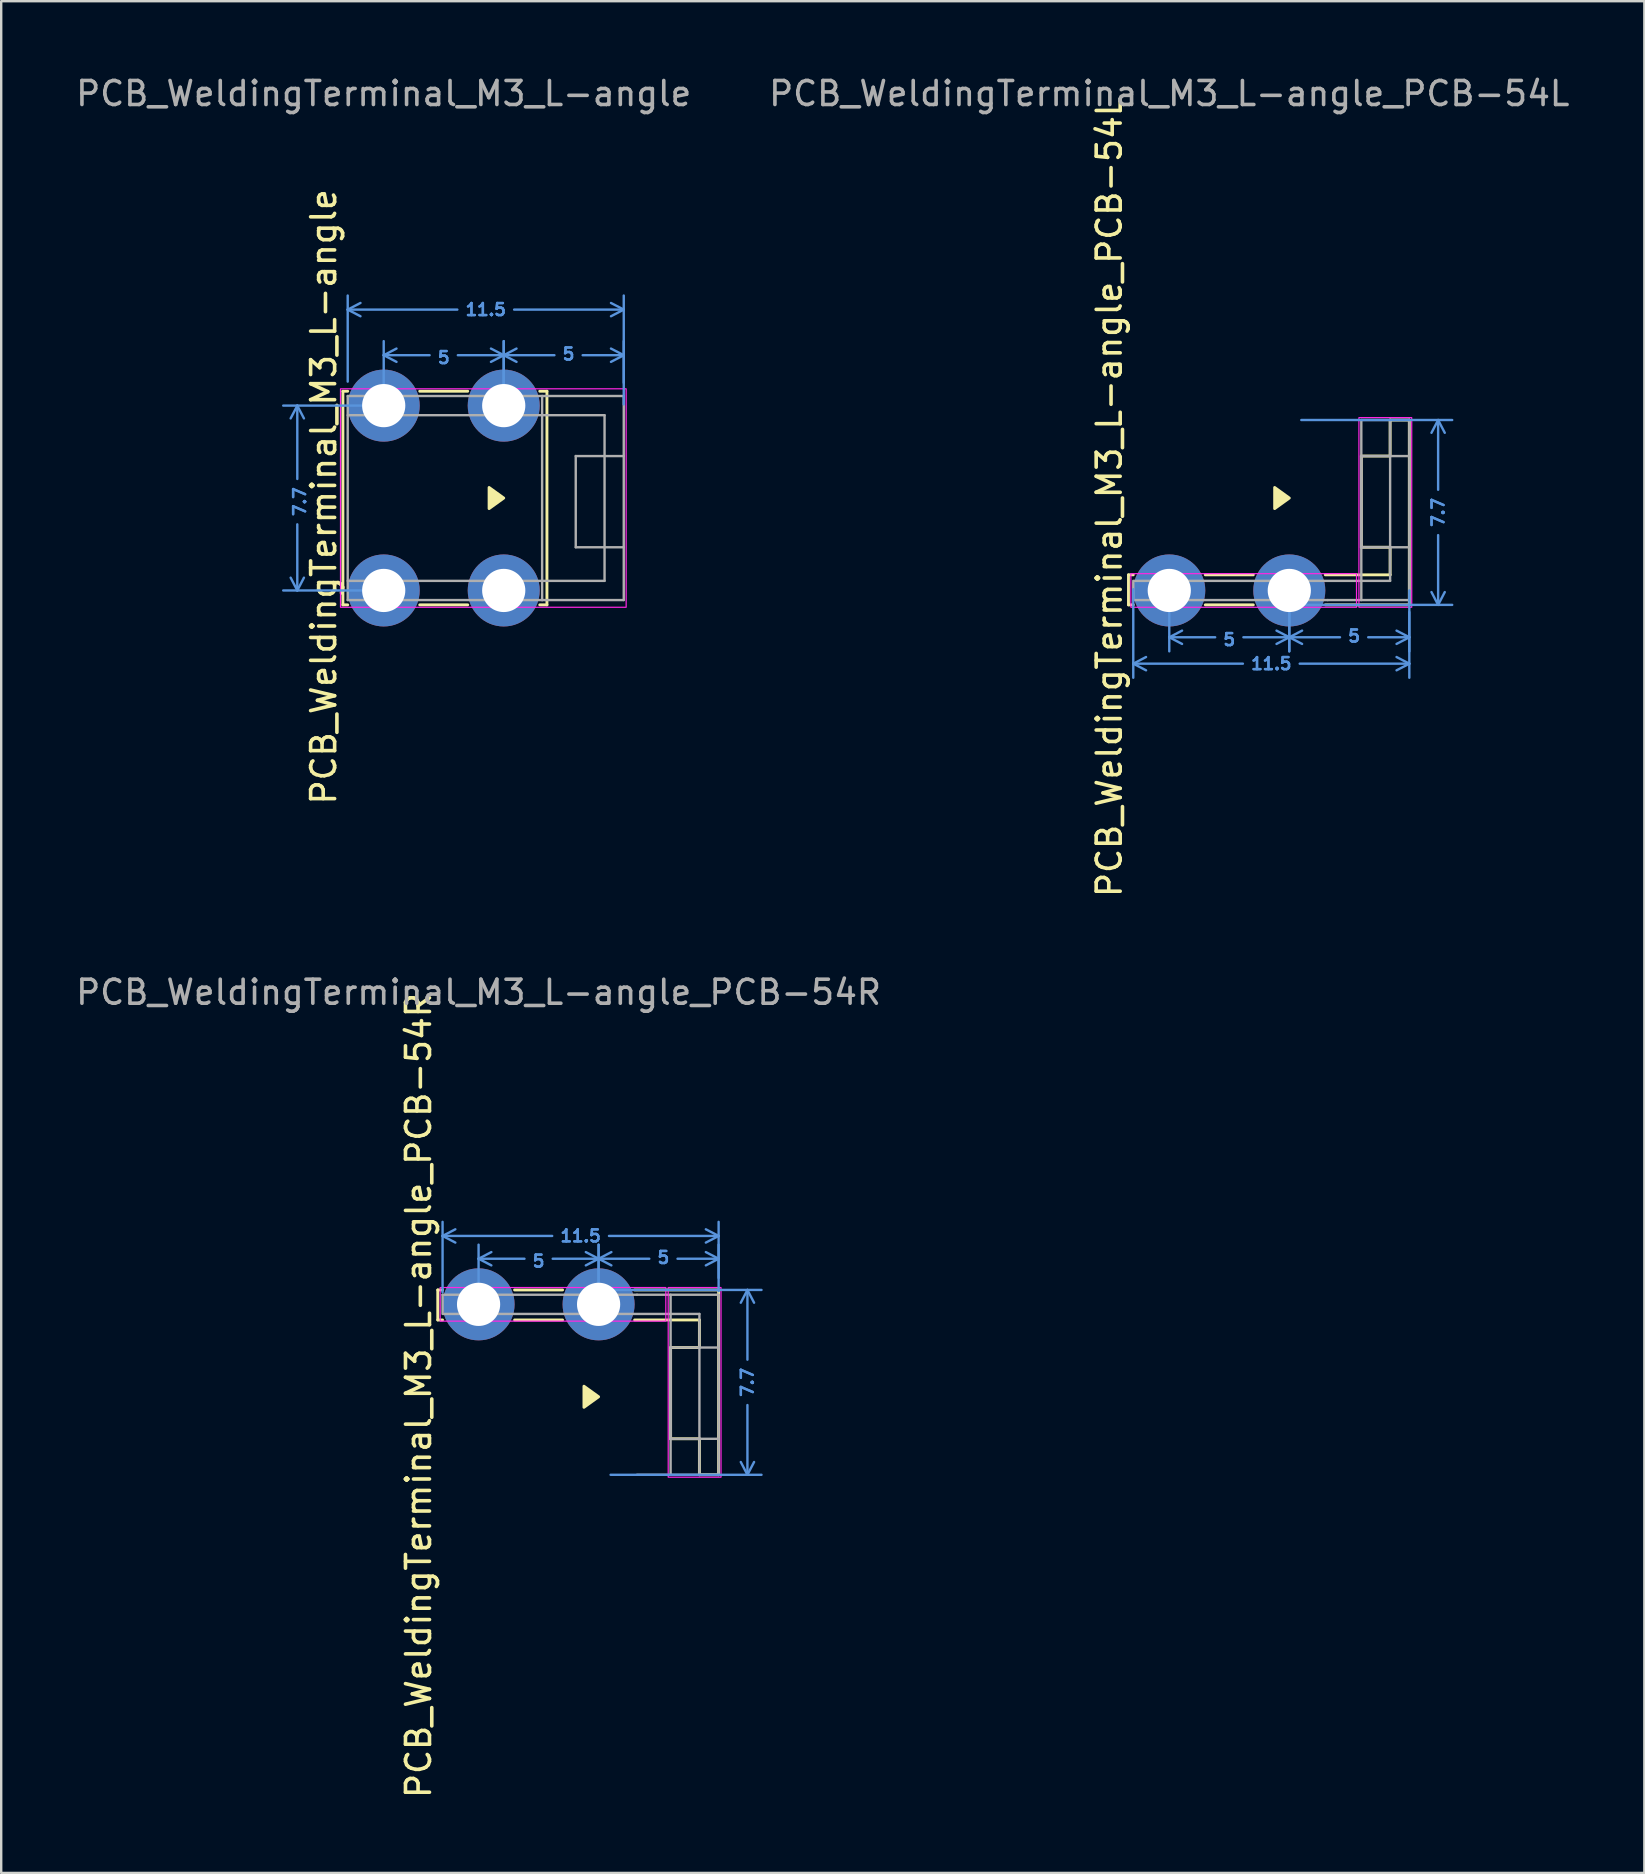
<source format=kicad_pcb>
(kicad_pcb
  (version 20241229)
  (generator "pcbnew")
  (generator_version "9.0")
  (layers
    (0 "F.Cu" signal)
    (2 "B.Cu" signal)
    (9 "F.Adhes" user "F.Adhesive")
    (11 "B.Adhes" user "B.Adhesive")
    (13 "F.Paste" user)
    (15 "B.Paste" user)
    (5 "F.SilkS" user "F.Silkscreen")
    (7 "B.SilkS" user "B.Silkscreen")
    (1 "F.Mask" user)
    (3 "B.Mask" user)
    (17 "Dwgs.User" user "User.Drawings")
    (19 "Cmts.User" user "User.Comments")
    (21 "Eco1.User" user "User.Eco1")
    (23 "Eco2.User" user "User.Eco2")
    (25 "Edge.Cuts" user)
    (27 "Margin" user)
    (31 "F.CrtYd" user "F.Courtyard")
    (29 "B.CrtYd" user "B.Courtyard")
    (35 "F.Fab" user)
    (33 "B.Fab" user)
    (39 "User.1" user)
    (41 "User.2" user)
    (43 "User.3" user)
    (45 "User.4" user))
  (footprint "PCB_WeldingTerminal_M3_L-angle_PCB-54L"
    (layer "F.Cu")
    (at 50.661 17.698)
    (property "Reference" "PCB_WeldingTerminal_M3_L-angle_PCB-54L" (at -7.5 -0.05 90) (layer "F.SilkS") (effects (font (size 1 1) (thickness 0.15))))
    (attr through_hole)
    (fp_line (start -6.7 3.2) (end -6.7 4.45) (stroke (width 0.12) (type solid)) (layer "F.SilkS"))
    (fp_line (start -6.5 3.2) (end -6.7 3.2) (stroke (width 0.12) (type solid)) (layer "F.SilkS"))
    (fp_line (start -6.5 4.45) (end -6.7 4.45) (stroke (width 0.12) (type solid)) (layer "F.SilkS"))
    (fp_line (start -1.5 3.2) (end -3.5 3.2) (stroke (width 0.12) (type solid)) (layer "F.SilkS"))
    (fp_line (start -1.5 4.45) (end -3.5 4.45) (stroke (width 0.12) (type solid)) (layer "F.SilkS"))
    (fp_line (start 3 -1.75) (end 3 2.05) (stroke (width 0.12) (type solid)) (layer "F.SilkS"))
    (fp_line (start 3 -1.75) (end 4.2 -1.75) (stroke (width 0.12) (type solid)) (layer "F.SilkS"))
    (fp_line (start 3 2.05) (end 4.2 2.05) (stroke (width 0.12) (type solid)) (layer "F.SilkS"))
    (fp_line (start 4.2 -3.25) (end 4.2 -1.75) (stroke (width 0.12) (type solid)) (layer "F.SilkS"))
    (fp_line (start 4.2 2.05) (end 4.2 3.2) (stroke (width 0.12) (type solid)) (layer "F.SilkS"))
    (fp_line (start 4.2 3.2) (end 1.5 3.2) (stroke (width 0.12) (type solid)) (layer "F.SilkS"))
    (fp_line (start 5 -3.25) (end 4.2 -3.25) (stroke (width 0.12) (type solid)) (layer "F.SilkS"))
    (fp_line (start 5 -3.25) (end 5 4.45) (stroke (width 0.12) (type solid)) (layer "F.SilkS"))
    (fp_line (start 5 4.45) (end 1.5 4.45) (stroke (width 0.12) (type solid)) (layer "F.SilkS"))
    (fp_poly (pts (xy 0 0) (xy -0.61 0.44) (xy -0.61 -0.44)) (stroke (width 0.12) (type solid)) (fill yes) (layer "F.SilkS"))
    (fp_rect (start -6.6 3.15) (end 2.8 4.55) (stroke (width 0.05) (type default)) (fill no) (layer "F.CrtYd"))
    (fp_rect (start 2.9 -3.35) (end 5.1 4.55) (stroke (width 0.05) (type default)) (fill no) (layer "F.CrtYd"))
    (fp_line (start -6.5 3.45) (end 4.2 3.45) (stroke (width 0.1) (type solid)) (layer "F.Fab"))
    (fp_line (start -6.5 4.25) (end -6.5 3.5) (stroke (width 0.1) (type solid)) (layer "F.Fab"))
    (fp_line (start -6.5 4.25) (end 1.6 4.25) (stroke (width 0.1) (type solid)) (layer "F.Fab"))
    (fp_line (start 1.6 4.25) (end 5 4.25) (stroke (width 0.1) (type solid)) (layer "F.Fab"))
    (fp_line (start 3 -3.25) (end 5 -3.25) (stroke (width 0.1) (type solid)) (layer "F.Fab"))
    (fp_line (start 3 -1.75) (end 5 -1.75) (stroke (width 0.1) (type solid)) (layer "F.Fab"))
    (fp_line (start 3 2.05) (end 3 -1.75) (stroke (width 0.1) (type solid)) (layer "F.Fab"))
    (fp_line (start 3 2.05) (end 5 2.05) (stroke (width 0.1) (type solid)) (layer "F.Fab"))
    (fp_line (start 3 4.25) (end 3 -3.25) (stroke (width 0.1) (type solid)) (layer "F.Fab"))
    (fp_line (start 4.2 -3.25) (end 4.2 3.45) (stroke (width 0.1) (type solid)) (layer "F.Fab"))
    (fp_line (start 5 4.25) (end 5 -3.25) (stroke (width 0.1) (type solid)) (layer "F.Fab"))
    (fp_text user "${REFERENCE}" (at -5 -16.85 0) (layer "F.Fab") (effects (font (size 1 1) (thickness 0.15))))
    (dimension (type orthogonal) (layer "Cmts.User") (pts (xy 50.661 14.448) (xy 50.661 22.148)) (height 6.2) (orientation 1) (format (prefix "") (suffix "") (units 3) (units_format 0) (precision 4) (suppress_zeroes yes)) (style (thickness 0.1) (arrow_length 0.6) (text_position_mode 2) (arrow_direction outward) (extension_height 0.586) (extension_offset 0.5) (keep_text_aligned yes)) (gr_text "7.7" (at 56.861 18.298 90) (layer "Cmts.User") (effects (font (size 0.5 0.5) (thickness 0.1) (bold yes)))))
    (dimension (type orthogonal) (layer "Cmts.User") (pts (xy 55.661 21.048) (xy 44.161 20.998)) (height 3.55) (orientation 0) (format (prefix "") (suffix "") (units 3) (units_format 0) (precision 4) (suppress_zeroes yes)) (style (thickness 0.1) (arrow_length 0.6) (text_position_mode 2) (arrow_direction outward) (extension_height 0.586) (extension_offset 0.5) (keep_text_aligned yes)) (gr_text "11.5" (at 49.911 24.598 0) (layer "Cmts.User") (effects (font (size 0.5 0.5) (thickness 0.1) (bold yes)))))
    (dimension (type orthogonal) (layer "Cmts.User") (pts (xy 45.661 21.498) (xy 50.661 21.498)) (height 2) (orientation 0) (format (prefix "") (suffix "") (units 3) (units_format 0) (precision 4) (suppress_zeroes yes)) (style (thickness 0.1) (arrow_length 0.6) (text_position_mode 2) (arrow_direction outward) (extension_height 0.586) (extension_offset 0.5) (keep_text_aligned yes)) (gr_text "5" (at 48.161 23.598 0) (layer "Cmts.User") (effects (font (size 0.5 0.5) (thickness 0.1)))))
    (dimension (type orthogonal) (layer "Cmts.User") (pts (xy 55.661 21.948) (xy 50.661 21.498)) (height 1.55) (orientation 0) (format (prefix "") (suffix "") (units 3) (units_format 0) (precision 4) (suppress_zeroes yes)) (style (thickness 0.1) (arrow_length 0.6) (text_position_mode 2) (arrow_direction outward) (extension_height 0.586) (extension_offset 0.5) (keep_text_aligned yes)) (gr_text "5" (at 53.361 23.448 0) (layer "Cmts.User") (effects (font (size 0.5 0.5) (thickness 0.1) (bold yes)))))
    (pad "1" thru_hole circle (at -5 3.85) (size 3 3) (drill 1.8) (layers "*.Cu" "*.Mask"))
    (pad "1" thru_hole circle (at 0 3.85) (size 3 3) (drill 1.8) (layers "*.Cu" "*.Mask")))
  (footprint "PCB_WeldingTerminal_M3_L-angle_PCB-54R"
    (layer "F.Cu")
    (at 21.887 55.138)
    (property "Reference" "PCB_WeldingTerminal_M3_L-angle_PCB-54R" (at -7.5 -0.05 90) (layer "F.SilkS") (effects (font (size 1 1) (thickness 0.15))))
    (attr through_hole)
    (fp_line (start -6.7 -3.2) (end -6.7 -4.45) (stroke (width 0.12) (type solid)) (layer "F.SilkS"))
    (fp_line (start -6.5 -4.45) (end -6.7 -4.45) (stroke (width 0.12) (type solid)) (layer "F.SilkS"))
    (fp_line (start -6.5 -3.2) (end -6.7 -3.2) (stroke (width 0.12) (type solid)) (layer "F.SilkS"))
    (fp_line (start -1.5 -4.45) (end -3.5 -4.45) (stroke (width 0.12) (type solid)) (layer "F.SilkS"))
    (fp_line (start -1.5 -3.2) (end -3.5 -3.2) (stroke (width 0.12) (type solid)) (layer "F.SilkS"))
    (fp_line (start 3 -2.05) (end 4.2 -2.05) (stroke (width 0.12) (type solid)) (layer "F.SilkS"))
    (fp_line (start 3 1.75) (end 3 -2.05) (stroke (width 0.12) (type solid)) (layer "F.SilkS"))
    (fp_line (start 3 1.75) (end 4.2 1.75) (stroke (width 0.12) (type solid)) (layer "F.SilkS"))
    (fp_line (start 4.2 -3.2) (end 1.5 -3.2) (stroke (width 0.12) (type solid)) (layer "F.SilkS"))
    (fp_line (start 4.2 -2.05) (end 4.2 -3.2) (stroke (width 0.12) (type solid)) (layer "F.SilkS"))
    (fp_line (start 4.2 3.25) (end 4.2 1.75) (stroke (width 0.12) (type solid)) (layer "F.SilkS"))
    (fp_line (start 5 -4.45) (end 1.5 -4.45) (stroke (width 0.12) (type solid)) (layer "F.SilkS"))
    (fp_line (start 5 3.25) (end 4.2 3.25) (stroke (width 0.12) (type solid)) (layer "F.SilkS"))
    (fp_line (start 5 3.25) (end 5 -4.45) (stroke (width 0.12) (type solid)) (layer "F.SilkS"))
    (fp_poly (pts (xy 0 0) (xy -0.61 -0.44) (xy -0.61 0.44)) (stroke (width 0.12) (type solid)) (fill yes) (layer "F.SilkS"))
    (fp_rect (start -6.6 -3.15) (end 2.8 -4.55) (stroke (width 0.05) (type default)) (fill no) (layer "F.CrtYd"))
    (fp_rect (start 2.9 3.35) (end 5.1 -4.55) (stroke (width 0.05) (type default)) (fill no) (layer "F.CrtYd"))
    (fp_line (start -6.5 -4.25) (end -6.5 -3.5) (stroke (width 0.1) (type solid)) (layer "F.Fab"))
    (fp_line (start -6.5 -4.25) (end 1.6 -4.25) (stroke (width 0.1) (type solid)) (layer "F.Fab"))
    (fp_line (start -6.5 -3.45) (end 4.2 -3.45) (stroke (width 0.1) (type solid)) (layer "F.Fab"))
    (fp_line (start 1.6 -4.25) (end 5 -4.25) (stroke (width 0.1) (type solid)) (layer "F.Fab"))
    (fp_line (start 1.6 3.25) (end 5 3.25) (stroke (width 0.1) (type solid)) (layer "F.Fab"))
    (fp_line (start 3 -4.25) (end 3 3.25) (stroke (width 0.1) (type solid)) (layer "F.Fab"))
    (fp_line (start 3 -2.05) (end 3 1.75) (stroke (width 0.1) (type solid)) (layer "F.Fab"))
    (fp_line (start 3 -2.05) (end 5 -2.05) (stroke (width 0.1) (type solid)) (layer "F.Fab"))
    (fp_line (start 3 1.75) (end 5 1.75) (stroke (width 0.1) (type solid)) (layer "F.Fab"))
    (fp_line (start 4.2 3.25) (end 4.2 -3.45) (stroke (width 0.1) (type solid)) (layer "F.Fab"))
    (fp_line (start 5 -4.25) (end 5 3.25) (stroke (width 0.1) (type solid)) (layer "F.Fab"))
    (fp_text user "${REFERENCE}" (at -5 -16.85 0) (layer "F.Fab") (effects (font (size 1 1) (thickness 0.15))))
    (dimension (type orthogonal) (layer "Cmts.User") (pts (xy 16.887 51.288) (xy 21.887 51.288)) (height -1.9) (orientation 0) (format (prefix "") (suffix "") (units 3) (units_format 0) (precision 4) (suppress_zeroes yes)) (style (thickness 0.1) (arrow_length 0.6) (text_position_mode 2) (arrow_direction outward) (extension_height 0.586) (extension_offset 0.5) (keep_text_aligned yes)) (gr_text "5" (at 19.387 49.488 0) (layer "Cmts.User") (effects (font (size 0.5 0.5) (thickness 0.1)))))
    (dimension (type orthogonal) (layer "Cmts.User") (pts (xy 21.887 50.688) (xy 21.887 58.388)) (height 6.2) (orientation 1) (format (prefix "") (suffix "") (units 3) (units_format 0) (precision 4) (suppress_zeroes yes)) (style (thickness 0.1) (arrow_length 0.6) (text_position_mode 2) (arrow_direction outward) (extension_height 0.586) (extension_offset 0.5) (keep_text_aligned yes)) (gr_text "7.7" (at 28.087 54.538 90) (layer "Cmts.User") (effects (font (size 0.5 0.5) (thickness 0.1) (bold yes)))))
    (dimension (type orthogonal) (layer "Cmts.User") (pts (xy 26.887 50.688) (xy 15.387 51.288)) (height -2.25) (orientation 0) (format (prefix "") (suffix "") (units 3) (units_format 0) (precision 4) (suppress_zeroes yes)) (style (thickness 0.1) (arrow_length 0.6) (text_position_mode 2) (arrow_direction outward) (extension_height 0.586) (extension_offset 0.5) (keep_text_aligned yes)) (gr_text "11.5" (at 21.137 48.438 0) (layer "Cmts.User") (effects (font (size 0.5 0.5) (thickness 0.1) (bold yes)))))
    (dimension (type orthogonal) (layer "Cmts.User") (pts (xy 26.887 51.238) (xy 21.887 51.288)) (height -1.85) (orientation 0) (format (prefix "") (suffix "") (units 3) (units_format 0) (precision 4) (suppress_zeroes yes)) (style (thickness 0.1) (arrow_length 0.6) (text_position_mode 2) (arrow_direction outward) (extension_height 0.586) (extension_offset 0.5) (keep_text_aligned yes)) (gr_text "5" (at 24.587 49.338 0) (layer "Cmts.User") (effects (font (size 0.5 0.5) (thickness 0.1) (bold yes)))))
    (pad "1" thru_hole circle (at -5 -3.85) (size 3 3) (drill 1.8) (layers "*.Cu" "*.Mask"))
    (pad "1" thru_hole circle (at 0 -3.85) (size 3 3) (drill 1.8) (layers "*.Cu" "*.Mask")))
  (footprint "PCB_WeldingTerminal_M3_L-angle"
    (layer "F.Cu")
    (at 17.935 17.698)
    (property "Reference" "PCB_WeldingTerminal_M3_L-angle" (at -7.5 -0.05 90) (layer "F.SilkS") (effects (font (size 1 1) (thickness 0.15))))
    (attr through_hole)
    (fp_line (start -6.7 -4.45) (end -6.7 4.45) (stroke (width 0.12) (type solid)) (layer "F.SilkS"))
    (fp_line (start -6.5 -4.45) (end -6.7 -4.45) (stroke (width 0.12) (type solid)) (layer "F.SilkS"))
    (fp_line (start -6.5 4.45) (end -6.7 4.45) (stroke (width 0.12) (type solid)) (layer "F.SilkS"))
    (fp_line (start -1.5 -4.45) (end -3.5 -4.45) (stroke (width 0.12) (type solid)) (layer "F.SilkS"))
    (fp_line (start -1.5 4.45) (end -3.5 4.45) (stroke (width 0.12) (type solid)) (layer "F.SilkS"))
    (fp_line (start 1.8 -4.45) (end 1.5 -4.45) (stroke (width 0.12) (type solid)) (layer "F.SilkS"))
    (fp_line (start 1.8 -4.45) (end 1.8 4.45) (stroke (width 0.12) (type solid)) (layer "F.SilkS"))
    (fp_line (start 1.8 4.45) (end 1.5 4.45) (stroke (width 0.12) (type solid)) (layer "F.SilkS"))
    (fp_poly (pts (xy 0 0) (xy -0.61 0.44) (xy -0.61 -0.44)) (stroke (width 0.12) (type solid)) (fill yes) (layer "F.SilkS"))
    (fp_rect (start -6.8 -4.55) (end 5.1 4.55) (stroke (width 0.05) (type default)) (fill no) (layer "F.CrtYd"))
    (fp_line (start -6.5 -4.25) (end 1.6 -4.25) (stroke (width 0.1) (type solid)) (layer "F.Fab"))
    (fp_line (start -6.5 -3.45) (end 4.2 -3.45) (stroke (width 0.1) (type solid)) (layer "F.Fab"))
    (fp_line (start -6.5 3.45) (end 4.2 3.45) (stroke (width 0.1) (type solid)) (layer "F.Fab"))
    (fp_line (start -6.5 4.25) (end -6.5 -4.25) (stroke (width 0.1) (type solid)) (layer "F.Fab"))
    (fp_line (start -6.5 4.25) (end 1.6 4.25) (stroke (width 0.1) (type solid)) (layer "F.Fab"))
    (fp_line (start 1.6 -4.25) (end 5 -4.25) (stroke (width 0.1) (type solid)) (layer "F.Fab"))
    (fp_line (start 1.6 4.25) (end 1.6 -4.25) (stroke (width 0.1) (type solid)) (layer "F.Fab"))
    (fp_line (start 1.6 4.25) (end 5 4.25) (stroke (width 0.1) (type solid)) (layer "F.Fab"))
    (fp_line (start 3 -1.75) (end 5 -1.75) (stroke (width 0.1) (type solid)) (layer "F.Fab"))
    (fp_line (start 3 2.05) (end 3 -1.75) (stroke (width 0.1) (type solid)) (layer "F.Fab"))
    (fp_line (start 3 2.05) (end 5 2.05) (stroke (width 0.1) (type solid)) (layer "F.Fab"))
    (fp_line (start 4.2 -3.45) (end 4.2 3.45) (stroke (width 0.1) (type solid)) (layer "F.Fab"))
    (fp_line (start 5 4.25) (end 5 -4.25) (stroke (width 0.1) (type solid)) (layer "F.Fab"))
    (fp_text user "${REFERENCE}" (at -5 -16.85 0) (layer "F.Fab") (effects (font (size 1 1) (thickness 0.15))))
    (dimension (type orthogonal) (layer "Cmts.User") (pts (xy 22.935 13.398) (xy 11.435 13.348)) (height -3.55) (orientation 0) (format (prefix "") (suffix "") (units 3) (units_format 0) (precision 4) (suppress_zeroes yes)) (style (thickness 0.1) (arrow_length 0.6) (text_position_mode 2) (arrow_direction outward) (extension_height 0.586) (extension_offset 0.5) (keep_text_aligned yes)) (gr_text "11.5" (at 17.185 9.848 0) (layer "Cmts.User") (effects (font (size 0.5 0.5) (thickness 0.1) (bold yes)))))
    (dimension (type orthogonal) (layer "Cmts.User") (pts (xy 12.935 13.848) (xy 17.935 13.848)) (height -2.1) (orientation 0) (format (prefix "") (suffix "") (units 3) (units_format 0) (precision 4) (suppress_zeroes yes)) (style (thickness 0.1) (arrow_length 0.6) (text_position_mode 2) (arrow_direction outward) (extension_height 0.586) (extension_offset 0.5) (keep_text_aligned yes)) (gr_text "5" (at 15.435 11.848 0) (layer "Cmts.User") (effects (font (size 0.5 0.5) (thickness 0.1)))))
    (dimension (type orthogonal) (layer "Cmts.User") (pts (xy 22.935 14.298) (xy 17.935 13.848)) (height -2.55) (orientation 0) (format (prefix "") (suffix "") (units 3) (units_format 0) (precision 4) (suppress_zeroes yes)) (style (thickness 0.1) (arrow_length 0.6) (text_position_mode 2) (arrow_direction outward) (extension_height 0.586) (extension_offset 0.5) (keep_text_aligned yes)) (gr_text "5" (at 20.635 11.698 0) (layer "Cmts.User") (effects (font (size 0.5 0.5) (thickness 0.1) (bold yes)))))
    (dimension (type orthogonal) (layer "Cmts.User") (pts (xy 12.935 13.848) (xy 12.935 21.548)) (height -3.6) (orientation 1) (format (prefix "") (suffix "") (units 3) (units_format 0) (precision 4) (suppress_zeroes yes)) (style (thickness 0.1) (arrow_length 0.6) (text_position_mode 2) (arrow_direction outward) (extension_height 0.586) (extension_offset 0.5) (keep_text_aligned yes)) (gr_text "7.7" (at 9.435 17.848 90) (layer "Cmts.User") (effects (font (size 0.5 0.5) (thickness 0.1) (bold yes)))))
    (pad "1" thru_hole circle (at -5 -3.85) (size 3 3) (drill 1.8) (layers "*.Cu" "*.Mask"))
    (pad "1" thru_hole circle (at -5 3.85) (size 3 3) (drill 1.8) (layers "*.Cu" "*.Mask"))
    (pad "1" thru_hole circle (at 0 -3.85) (size 3 3) (drill 1.8) (layers "*.Cu" "*.Mask"))
    (pad "1" thru_hole circle (at 0 3.85) (size 3 3) (drill 1.8) (layers "*.Cu" "*.Mask")))
  (gr_rect
    (start -3 -3)
    (end 65.452 74.975)
    (stroke (width 0.1) (type default))
    (fill no)
    (layer "Edge.Cuts")))
</source>
